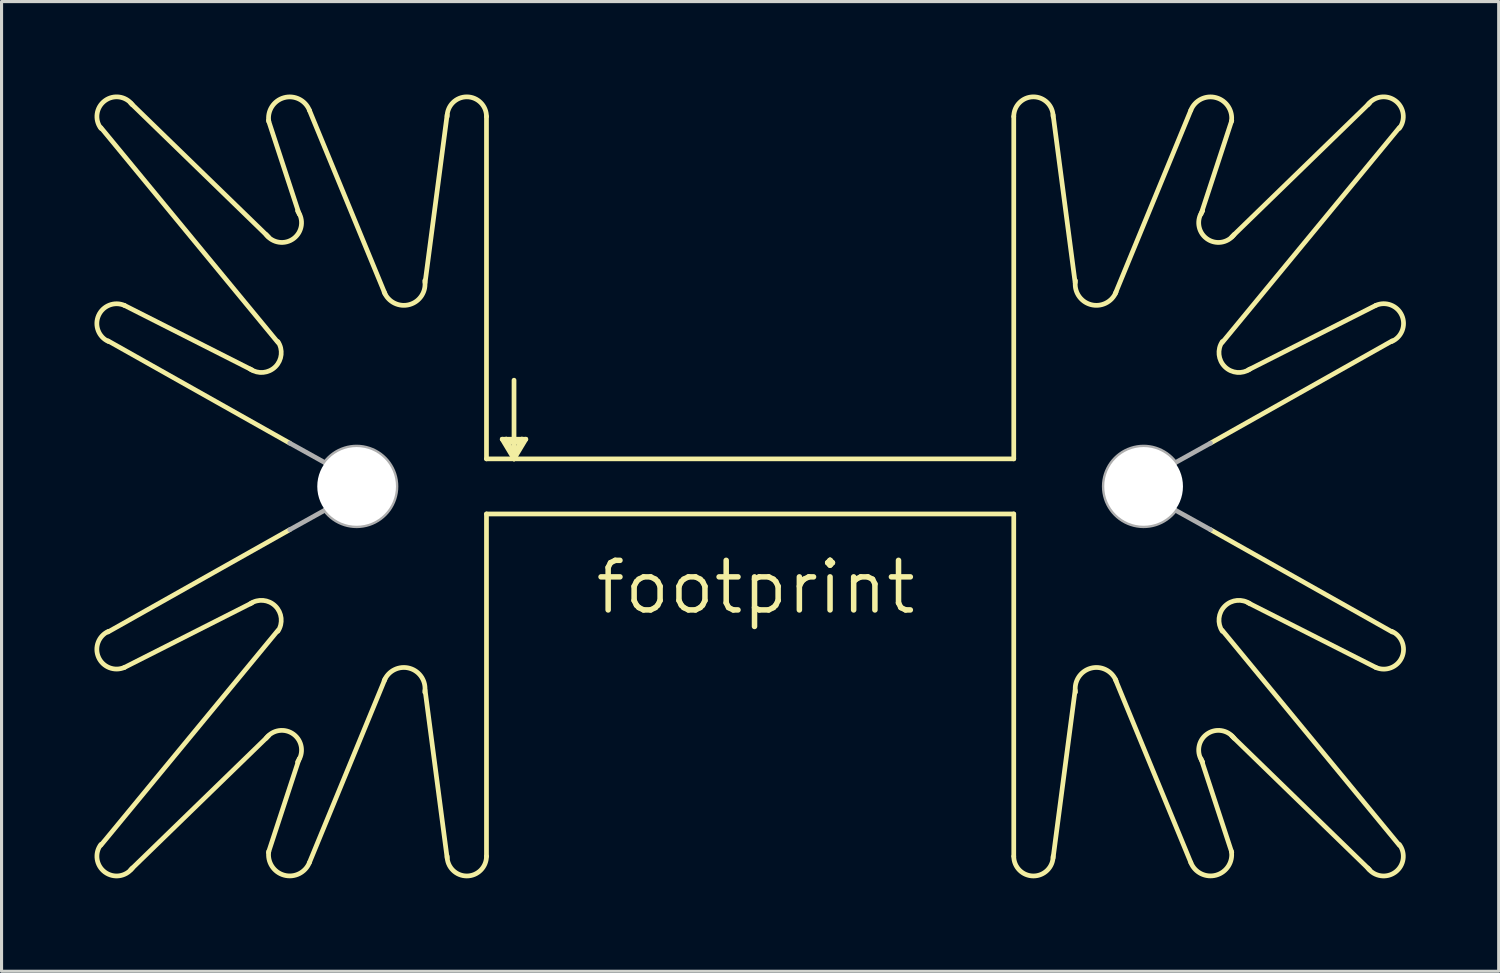
<source format=kicad_pcb>
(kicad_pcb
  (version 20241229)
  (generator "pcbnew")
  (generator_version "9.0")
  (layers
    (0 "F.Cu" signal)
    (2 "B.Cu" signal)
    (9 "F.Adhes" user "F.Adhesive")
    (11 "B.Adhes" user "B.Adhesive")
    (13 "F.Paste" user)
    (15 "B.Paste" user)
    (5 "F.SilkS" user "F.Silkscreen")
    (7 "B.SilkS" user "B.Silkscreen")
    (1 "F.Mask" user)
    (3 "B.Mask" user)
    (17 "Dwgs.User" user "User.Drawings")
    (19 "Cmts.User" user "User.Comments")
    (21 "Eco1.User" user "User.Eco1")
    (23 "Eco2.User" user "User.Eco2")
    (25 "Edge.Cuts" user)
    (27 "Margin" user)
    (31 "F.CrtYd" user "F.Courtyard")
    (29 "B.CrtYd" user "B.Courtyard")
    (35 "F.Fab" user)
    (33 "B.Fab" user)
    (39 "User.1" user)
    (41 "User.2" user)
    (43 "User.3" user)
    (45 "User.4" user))
  (footprint "footprint"
    (layer "F.Cu")
    (at 21.16 11.76)
    (property "Reference" "footprint" (at -5.08 5.08 0) (layer "F.SilkS") (effects (font (size 1.6 1.6) (thickness 0.178)) (justify left bottom)))
    (fp_line (start -16.078 -2.87) (end -20.193 -4.953) (stroke (width 0.152) (type solid)) (layer "F.SilkS"))
    (fp_line (start -16.078 4.648) (end -20.193 6.731) (stroke (width 0.152) (type solid)) (layer "F.SilkS"))
    (fp_line (start -15.545 -10.922) (end -14.554 -7.899) (stroke (width 0.152) (type solid)) (layer "F.SilkS"))
    (fp_line (start -15.545 -7.163) (end -19.99 -11.481) (stroke (width 0.152) (type solid)) (layer "F.SilkS"))
    (fp_line (start -15.545 8.941) (end -19.99 13.259) (stroke (width 0.152) (type solid)) (layer "F.SilkS"))
    (fp_line (start -15.545 12.7) (end -14.554 9.677) (stroke (width 0.152) (type solid)) (layer "F.SilkS"))
    (fp_line (start -15.24 -3.759) (end -20.955 -10.693) (stroke (width 0.152) (type solid)) (layer "F.SilkS"))
    (fp_line (start -15.24 5.537) (end -20.955 12.471) (stroke (width 0.152) (type solid)) (layer "F.SilkS"))
    (fp_line (start -14.859 -0.508) (end -20.726 -3.81) (stroke (width 0.152) (type solid)) (layer "F.SilkS"))
    (fp_line (start -14.859 2.286) (end -20.726 5.588) (stroke (width 0.152) (type solid)) (layer "F.SilkS"))
    (fp_line (start -11.786 -5.334) (end -14.224 -11.252) (stroke (width 0.152) (type solid)) (layer "F.SilkS"))
    (fp_line (start -11.786 7.112) (end -14.224 13.03) (stroke (width 0.152) (type solid)) (layer "F.SilkS"))
    (fp_line (start -10.49 -5.69) (end -9.779 -11.1) (stroke (width 0.152) (type solid)) (layer "F.SilkS"))
    (fp_line (start -10.49 7.468) (end -9.779 12.878) (stroke (width 0.152) (type solid)) (layer "F.SilkS"))
    (fp_line (start -8.509 -11.049) (end -8.509 0) (stroke (width 0.152) (type solid)) (layer "F.SilkS"))
    (fp_line (start -8.509 0) (end -7.62 0) (stroke (width 0.152) (type solid)) (layer "F.SilkS"))
    (fp_line (start -8.509 1.778) (end 8.509 1.778) (stroke (width 0.152) (type solid)) (layer "F.SilkS"))
    (fp_line (start -8.509 12.827) (end -8.509 1.778) (stroke (width 0.152) (type solid)) (layer "F.SilkS"))
    (fp_line (start -8.001 -0.635) (end -7.62 0) (stroke (width 0.152) (type solid)) (layer "F.SilkS"))
    (fp_line (start -7.874 -0.635) (end -8.001 -0.635) (stroke (width 0.152) (type solid)) (layer "F.SilkS"))
    (fp_line (start -7.874 -0.635) (end -7.62 -0.508) (stroke (width 0.152) (type solid)) (layer "F.SilkS"))
    (fp_line (start -7.62 -2.54) (end -7.62 -0.508) (stroke (width 0.152) (type solid)) (layer "F.SilkS"))
    (fp_line (start -7.62 -0.508) (end -7.62 -0.127) (stroke (width 0.152) (type solid)) (layer "F.SilkS"))
    (fp_line (start -7.62 -0.508) (end -7.366 -0.635) (stroke (width 0.152) (type solid)) (layer "F.SilkS"))
    (fp_line (start -7.62 -0.127) (end -7.874 -0.635) (stroke (width 0.152) (type solid)) (layer "F.SilkS"))
    (fp_line (start -7.62 -0.127) (end -7.62 0) (stroke (width 0.152) (type solid)) (layer "F.SilkS"))
    (fp_line (start -7.62 0) (end -7.239 -0.635) (stroke (width 0.152) (type solid)) (layer "F.SilkS"))
    (fp_line (start -7.62 0) (end 8.509 0) (stroke (width 0.152) (type solid)) (layer "F.SilkS"))
    (fp_line (start -7.366 -0.635) (end -7.874 -0.635) (stroke (width 0.152) (type solid)) (layer "F.SilkS"))
    (fp_line (start -7.366 -0.635) (end -7.62 -0.127) (stroke (width 0.152) (type solid)) (layer "F.SilkS"))
    (fp_line (start -7.239 -0.635) (end -7.366 -0.635) (stroke (width 0.152) (type solid)) (layer "F.SilkS"))
    (fp_line (start 8.509 -11.049) (end 8.509 0) (stroke (width 0.152) (type solid)) (layer "F.SilkS"))
    (fp_line (start 8.509 12.827) (end 8.509 1.778) (stroke (width 0.152) (type solid)) (layer "F.SilkS"))
    (fp_line (start 10.49 -5.69) (end 9.779 -11.1) (stroke (width 0.152) (type solid)) (layer "F.SilkS"))
    (fp_line (start 10.49 7.468) (end 9.779 12.878) (stroke (width 0.152) (type solid)) (layer "F.SilkS"))
    (fp_line (start 11.786 -5.334) (end 14.224 -11.252) (stroke (width 0.152) (type solid)) (layer "F.SilkS"))
    (fp_line (start 11.786 7.112) (end 14.224 13.03) (stroke (width 0.152) (type solid)) (layer "F.SilkS"))
    (fp_line (start 14.859 -0.508) (end 20.726 -3.81) (stroke (width 0.152) (type solid)) (layer "F.SilkS"))
    (fp_line (start 14.859 2.286) (end 20.726 5.588) (stroke (width 0.152) (type solid)) (layer "F.SilkS"))
    (fp_line (start 15.24 -3.759) (end 20.955 -10.693) (stroke (width 0.152) (type solid)) (layer "F.SilkS"))
    (fp_line (start 15.24 5.537) (end 20.955 12.471) (stroke (width 0.152) (type solid)) (layer "F.SilkS"))
    (fp_line (start 15.545 -10.922) (end 14.554 -7.899) (stroke (width 0.152) (type solid)) (layer "F.SilkS"))
    (fp_line (start 15.545 -7.163) (end 19.99 -11.481) (stroke (width 0.152) (type solid)) (layer "F.SilkS"))
    (fp_line (start 15.545 8.941) (end 19.99 13.259) (stroke (width 0.152) (type solid)) (layer "F.SilkS"))
    (fp_line (start 15.545 12.7) (end 14.554 9.677) (stroke (width 0.152) (type solid)) (layer "F.SilkS"))
    (fp_line (start 16.078 -2.87) (end 20.193 -4.953) (stroke (width 0.152) (type solid)) (layer "F.SilkS"))
    (fp_line (start 16.078 4.648) (end 20.193 6.731) (stroke (width 0.152) (type solid)) (layer "F.SilkS"))
    (fp_arc (start -20.955 -10.668) (mid -20.828 -11.557) (end -19.939 -11.43) (stroke (width 0.1524) (type solid)) (layer "F.SilkS"))
    (fp_arc (start -20.7106 -3.7889) (mid -21.028969 -4.627453) (end -20.193098 -4.952799) (stroke (width 0.1524) (type solid)) (layer "F.SilkS"))
    (fp_arc (start -20.193098 6.730799) (mid -21.028969 6.405453) (end -20.7106 5.5669) (stroke (width 0.1524) (type solid)) (layer "F.SilkS"))
    (fp_arc (start -19.939 13.208) (mid -20.828 13.335) (end -20.955 12.446) (stroke (width 0.1524) (type solid)) (layer "F.SilkS"))
    (fp_arc (start -16.1345 4.6773) (mid -15.322508 4.751315) (end -15.2401 5.562498) (stroke (width 0.1524) (type solid)) (layer "F.SilkS"))
    (fp_arc (start -15.621 9.017) (mid -14.732 8.89) (end -14.605 9.779) (stroke (width 0.1524) (type solid)) (layer "F.SilkS"))
    (fp_arc (start -15.5336 -10.8858) (mid -15.043219 -11.657011) (end -14.2238 -11.2523) (stroke (width 0.1524) (type solid)) (layer "F.SilkS"))
    (fp_arc (start -15.2399 -3.784698) (mid -15.32223 -2.973236) (end -16.1345 -2.8993) (stroke (width 0.1524) (type solid)) (layer "F.SilkS"))
    (fp_arc (start -14.605 -8.001) (mid -14.732 -7.112) (end -15.621 -7.239) (stroke (width 0.1524) (type solid)) (layer "F.SilkS"))
    (fp_arc (start -14.2238 13.0303) (mid -15.043219 13.43501) (end -15.5336 12.6638) (stroke (width 0.1524) (type solid)) (layer "F.SilkS"))
    (fp_arc (start -11.811 7.1628) (mid -10.991715 6.758094) (end -10.501399 7.5292) (stroke (width 0.1524) (type solid)) (layer "F.SilkS"))
    (fp_arc (start -10.501399 -5.7512) (mid -10.991715 -4.980094) (end -11.811 -5.3848) (stroke (width 0.1524) (type solid)) (layer "F.SilkS"))
    (fp_arc (start -9.779 -11.049) (mid -9.144 -11.684) (end -8.509 -11.049) (stroke (width 0.1524) (type solid)) (layer "F.SilkS"))
    (fp_arc (start -8.509 12.827) (mid -9.144 13.462) (end -9.779 12.827) (stroke (width 0.1524) (type solid)) (layer "F.SilkS"))
    (fp_arc (start 8.509 -11.049) (mid 9.144 -11.684) (end 9.779 -11.049) (stroke (width 0.1524) (type solid)) (layer "F.SilkS"))
    (fp_arc (start 9.779 12.827) (mid 9.144 13.462) (end 8.509 12.827) (stroke (width 0.1524) (type solid)) (layer "F.SilkS"))
    (fp_arc (start 10.5014 7.5292) (mid 10.991715 6.758095) (end 11.810999 7.1628) (stroke (width 0.1524) (type solid)) (layer "F.SilkS"))
    (fp_arc (start 11.810999 -5.3848) (mid 10.991715 -4.980095) (end 10.5014 -5.7512) (stroke (width 0.1524) (type solid)) (layer "F.SilkS"))
    (fp_arc (start 14.224 -11.2522) (mid 15.043182 -11.656805) (end 15.533399 -10.885798) (stroke (width 0.1524) (type solid)) (layer "F.SilkS"))
    (fp_arc (start 14.605 9.779) (mid 14.732 8.89) (end 15.621 9.017) (stroke (width 0.1524) (type solid)) (layer "F.SilkS"))
    (fp_arc (start 15.24 5.5626) (mid 15.322326 4.751334) (end 16.134399 4.677398) (stroke (width 0.1524) (type solid)) (layer "F.SilkS"))
    (fp_arc (start 15.533399 12.663798) (mid 15.043182 13.434805) (end 14.224 13.0302) (stroke (width 0.1524) (type solid)) (layer "F.SilkS"))
    (fp_arc (start 15.621 -7.239) (mid 14.732 -7.112) (end 14.605 -8.001) (stroke (width 0.1524) (type solid)) (layer "F.SilkS"))
    (fp_arc (start 16.134599 -2.8992) (mid 15.322409 -2.973218) (end 15.24 -3.7846) (stroke (width 0.1524) (type solid)) (layer "F.SilkS"))
    (fp_arc (start 19.939 -11.43) (mid 20.828 -11.557) (end 20.955 -10.668) (stroke (width 0.1524) (type solid)) (layer "F.SilkS"))
    (fp_arc (start 20.193 -4.953) (mid 21.02917 -4.627551) (end 20.710698 -3.788699) (stroke (width 0.1524) (type solid)) (layer "F.SilkS"))
    (fp_arc (start 20.710698 5.566699) (mid 21.02917 6.405551) (end 20.193 6.731) (stroke (width 0.1524) (type solid)) (layer "F.SilkS"))
    (fp_arc (start 20.955 12.446) (mid 20.828 13.335) (end 19.939 13.208) (stroke (width 0.1524) (type solid)) (layer "F.SilkS"))
    (fp_line (start -13.716 0.127) (end -14.859 -0.508) (stroke (width 0.152) (type solid)) (layer "F.Fab"))
    (fp_line (start -13.716 1.651) (end -14.859 2.286) (stroke (width 0.152) (type solid)) (layer "F.Fab"))
    (fp_line (start 13.716 0.127) (end 14.859 -0.508) (stroke (width 0.152) (type solid)) (layer "F.Fab"))
    (fp_line (start 13.716 1.651) (end 14.859 2.286) (stroke (width 0.152) (type solid)) (layer "F.Fab"))
    (fp_arc (start -13.715999 0.126999) (mid -11.429998 0.889001) (end -13.716 1.651) (stroke (width 0.1524) (type solid)) (layer "F.Fab"))
    (fp_arc (start 13.715999 1.651001) (mid 11.429998 0.888999) (end 13.716 0.127) (stroke (width 0.1524) (type solid)) (layer "F.Fab"))
    (pad "" np_thru_hole circle (at -12.7 0.889) (size 2.54 2.54) (drill 2.54) (layers "*.Cu" "*.Mask"))
    (pad "" np_thru_hole circle (at 12.7 0.889) (size 2.54 2.54) (drill 2.54) (layers "*.Cu" "*.Mask")))
  (gr_rect
    (start -3 -3)
    (end 45.32 28.298)
    (stroke (width 0.1) (type default))
    (fill no)
    (layer "Edge.Cuts")))
</source>
